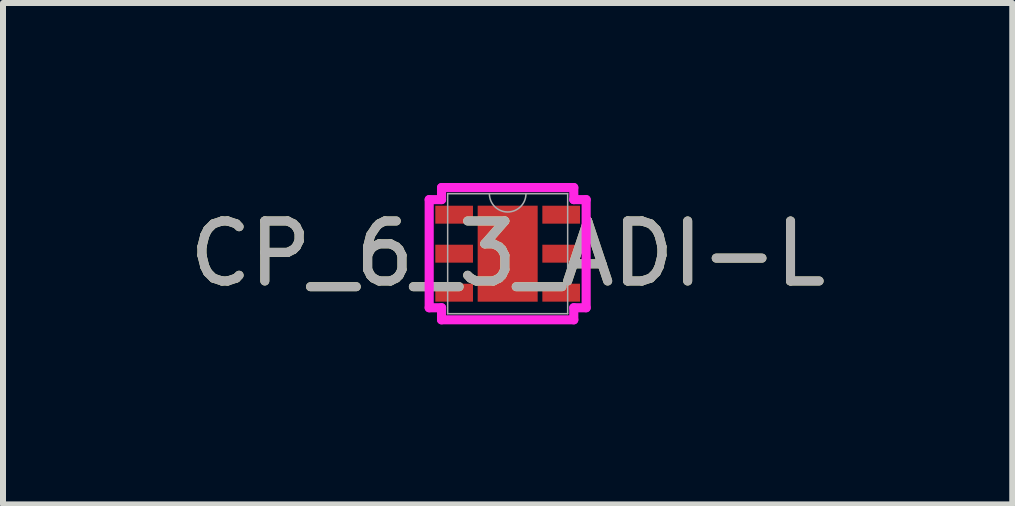
<source format=kicad_pcb>
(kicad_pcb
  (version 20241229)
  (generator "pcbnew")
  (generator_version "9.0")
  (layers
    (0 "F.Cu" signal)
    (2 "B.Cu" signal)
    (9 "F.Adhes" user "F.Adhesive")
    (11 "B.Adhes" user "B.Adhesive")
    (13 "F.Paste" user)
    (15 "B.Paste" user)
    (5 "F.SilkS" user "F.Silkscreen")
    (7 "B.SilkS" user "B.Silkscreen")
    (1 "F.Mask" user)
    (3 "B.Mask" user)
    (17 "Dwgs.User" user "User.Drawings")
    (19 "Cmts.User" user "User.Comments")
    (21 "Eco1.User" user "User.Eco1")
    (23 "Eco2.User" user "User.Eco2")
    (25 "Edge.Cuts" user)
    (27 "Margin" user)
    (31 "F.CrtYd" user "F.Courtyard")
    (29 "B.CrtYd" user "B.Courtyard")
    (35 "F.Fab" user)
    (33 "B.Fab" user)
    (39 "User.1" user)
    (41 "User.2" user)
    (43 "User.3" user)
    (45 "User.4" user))
  (footprint "CP_6_3_ADI-L"
    (layer "F.Cu")
    (at 5.411 1.178)
    (property "Reference" "CP_6_3_ADI-L" (at 0 0 0) (unlocked yes) (layer "F.SilkS") (effects (font (size 1 1) (thickness 0.15))))
    (attr smd)
    (fp_line (start -1.308 -0.901) (end -1.102 -0.901) (stroke (width 0.152) (type solid)) (layer "F.CrtYd"))
    (fp_line (start -1.308 0.901) (end -1.308 -0.901) (stroke (width 0.152) (type solid)) (layer "F.CrtYd"))
    (fp_line (start -1.308 0.901) (end -1.102 0.901) (stroke (width 0.152) (type solid)) (layer "F.CrtYd"))
    (fp_line (start -1.102 -1.102) (end 1.102 -1.102) (stroke (width 0.152) (type solid)) (layer "F.CrtYd"))
    (fp_line (start -1.102 -0.901) (end -1.102 -1.102) (stroke (width 0.152) (type solid)) (layer "F.CrtYd"))
    (fp_line (start -1.102 1.102) (end -1.102 0.901) (stroke (width 0.152) (type solid)) (layer "F.CrtYd"))
    (fp_line (start 1.102 -1.102) (end 1.102 -0.901) (stroke (width 0.152) (type solid)) (layer "F.CrtYd"))
    (fp_line (start 1.102 0.901) (end 1.102 1.102) (stroke (width 0.152) (type solid)) (layer "F.CrtYd"))
    (fp_line (start 1.102 1.102) (end -1.102 1.102) (stroke (width 0.152) (type solid)) (layer "F.CrtYd"))
    (fp_line (start 1.308 -0.901) (end 1.102 -0.901) (stroke (width 0.152) (type solid)) (layer "F.CrtYd"))
    (fp_line (start 1.308 -0.901) (end 1.308 0.901) (stroke (width 0.152) (type solid)) (layer "F.CrtYd"))
    (fp_line (start 1.308 0.901) (end 1.102 0.901) (stroke (width 0.152) (type solid)) (layer "F.CrtYd"))
    (fp_line (start -1 -1) (end -1 1) (stroke (width 0.025) (type solid)) (layer "F.Fab"))
    (fp_line (start -1 1) (end 1 1) (stroke (width 0.025) (type solid)) (layer "F.Fab"))
    (fp_line (start 1 -1) (end -1 -1) (stroke (width 0.025) (type solid)) (layer "F.Fab"))
    (fp_line (start 1 1) (end 1 -1) (stroke (width 0.025) (type solid)) (layer "F.Fab"))
    (fp_arc (start 0.3048 -1) (mid 0 -0.6952) (end -0.3048 -1) (stroke (width 0.0254) (type solid)) (layer "F.Fab"))
    (fp_text user "${REFERENCE}" (at 0 0 0) (unlocked yes) (layer "F.Fab") (effects (font (size 1 1) (thickness 0.15))))
    (pad "1" smd rect (at -0.892 -0.65) (size 0.628 0.299) (layers "F.Cu" "F.Mask" "F.Paste"))
    (pad "2" smd rect (at -0.892 0) (size 0.628 0.299) (layers "F.Cu" "F.Mask" "F.Paste"))
    (pad "3" smd rect (at -0.892 0.65) (size 0.628 0.299) (layers "F.Cu" "F.Mask" "F.Paste"))
    (pad "4" smd rect (at 0.892 0.65) (size 0.628 0.299) (layers "F.Cu" "F.Mask" "F.Paste"))
    (pad "5" smd rect (at 0.892 0) (size 0.628 0.299) (layers "F.Cu" "F.Mask" "F.Paste"))
    (pad "6" smd rect (at 0.892 -0.65) (size 0.628 0.299) (layers "F.Cu" "F.Mask" "F.Paste"))
    (pad "7" smd rect (at 0 0) (size 1 1.6) (layers "F.Cu" "F.Mask" "F.Paste")))
  (gr_rect
    (start -3 -3)
    (end 13.821 5.356)
    (stroke (width 0.1) (type default))
    (fill no)
    (layer "Edge.Cuts")))
</source>
